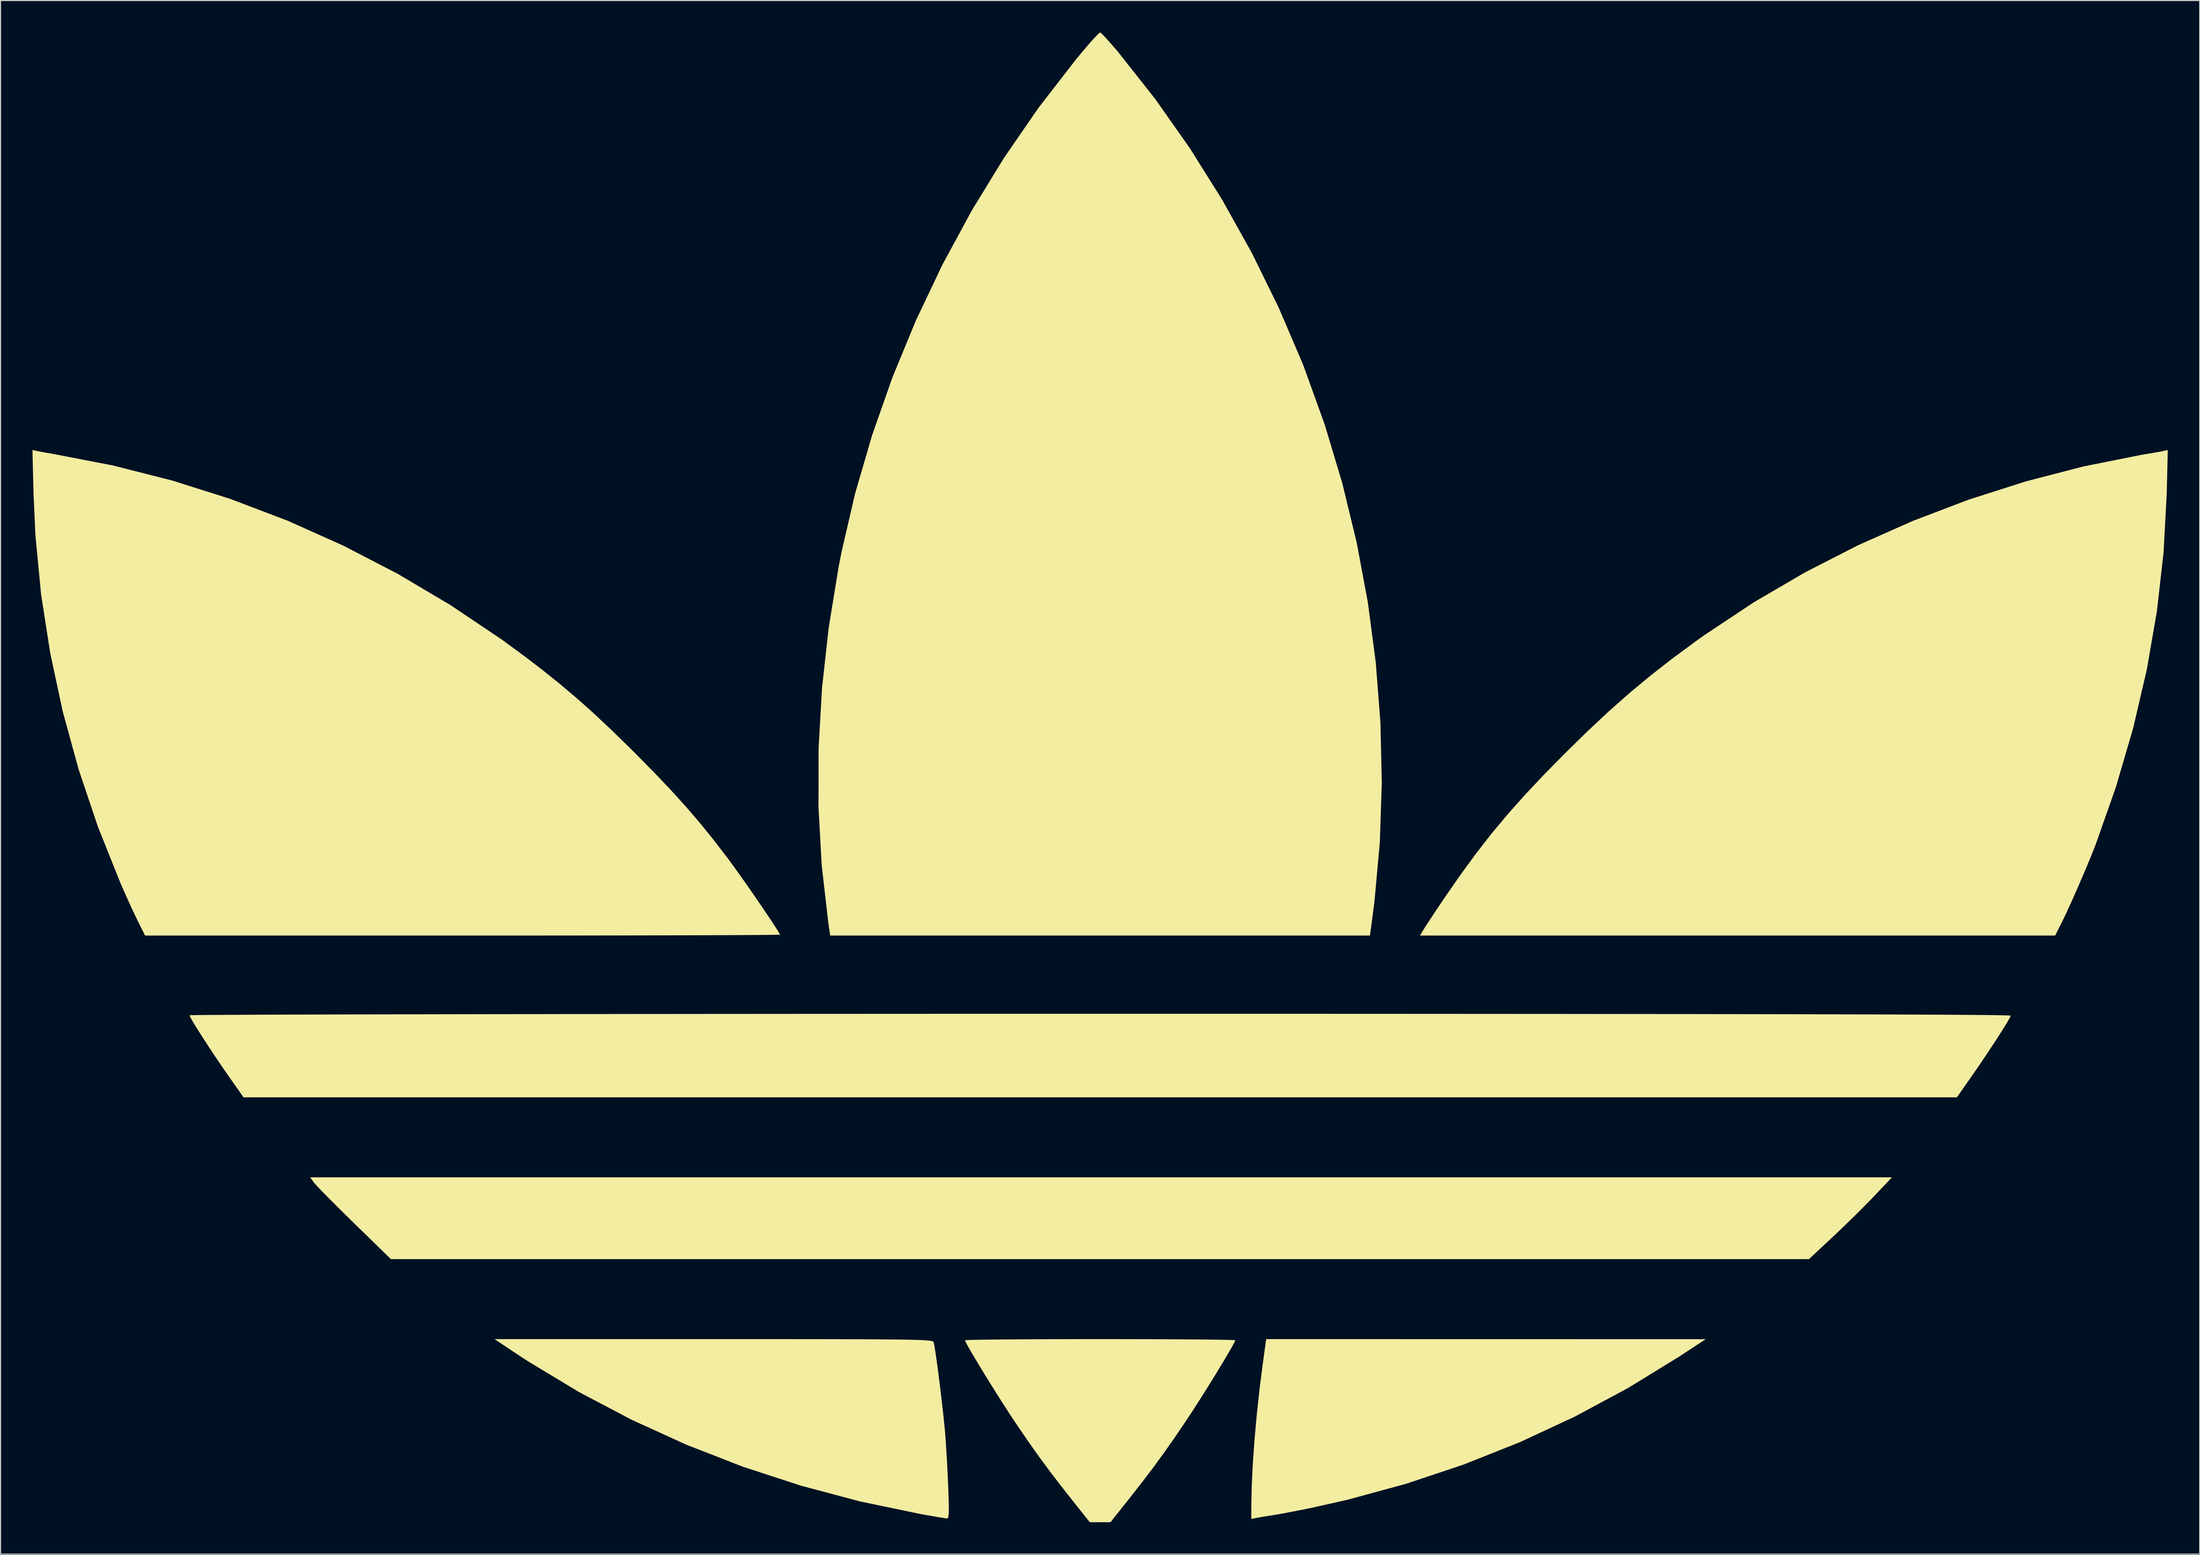
<source format=kicad_pcb>
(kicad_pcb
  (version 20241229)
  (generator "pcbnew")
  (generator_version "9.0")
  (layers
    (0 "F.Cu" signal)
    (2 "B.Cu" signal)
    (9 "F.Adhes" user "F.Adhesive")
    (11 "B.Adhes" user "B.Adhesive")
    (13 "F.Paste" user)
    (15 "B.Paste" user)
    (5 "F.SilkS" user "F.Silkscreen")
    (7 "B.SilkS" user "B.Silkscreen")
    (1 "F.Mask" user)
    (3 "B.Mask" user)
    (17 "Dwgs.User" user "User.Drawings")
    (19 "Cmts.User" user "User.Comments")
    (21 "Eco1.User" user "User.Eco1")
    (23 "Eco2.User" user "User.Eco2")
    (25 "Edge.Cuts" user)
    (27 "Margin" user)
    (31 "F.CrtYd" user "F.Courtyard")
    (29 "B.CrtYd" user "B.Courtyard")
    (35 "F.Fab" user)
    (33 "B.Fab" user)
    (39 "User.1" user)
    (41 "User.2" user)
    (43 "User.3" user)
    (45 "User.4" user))
  (footprint "Adidas"
    (layer "F.Cu")
    (at 100.314 70.017)
    (property "Reference" "Adidas" (at 0 0 0) (layer "F.SilkS") (effects (font (size 1.524 1.524) (thickness 0.3))))
    (attr board_only exclude_from_pos_files exclude_from_bom)
    (fp_poly (pts (xy 72.778 39.312) (xy 72.086 40.027) (xy 71.232 40.884) (xy 70.301 41.798) (xy 69.379 42.685) (xy 68.881 43.155) (xy 66.602 45.286) (xy -66.635 45.286) (xy -70.082 41.925) (xy -70.986 41.039) (xy -71.825 40.207) (xy -72.566 39.462) (xy -73.175 38.841) (xy -73.616 38.376) (xy -73.857 38.104) (xy -73.873 38.082) (xy -74.217 37.599) (xy 74.396 37.599)) (stroke (width 0) (type solid)) (fill yes) (layer "F.SilkS"))
    (fp_poly (pts (xy 36.251 52.809) (xy 56.899 52.812) (xy 54.393 54.456) (xy 49.589 57.409) (xy 44.602 60.088) (xy 39.45 62.487) (xy 34.154 64.596) (xy 28.733 66.408) (xy 23.207 67.914) (xy 19.879 68.661) (xy 18.902 68.859) (xy 17.93 69.048) (xy 17.064 69.21) (xy 16.401 69.325) (xy 16.286 69.343) (xy 15.625 69.448) (xy 15.035 69.547) (xy 14.663 69.616) (xy 14.204 69.709) (xy 14.206 68.485) (xy 14.244 66.651) (xy 14.344 64.568) (xy 14.503 62.313) (xy 14.713 59.964) (xy 14.968 57.598) (xy 15.242 55.437) (xy 15.602 52.805)) (stroke (width 0) (type solid)) (fill yes) (layer "F.SilkS"))
    (fp_poly (pts (xy 0.156 -69.895) (xy 0.483 -69.56) (xy 0.937 -69.057) (xy 1.477 -68.432) (xy 1.725 -68.137) (xy 5.177 -63.76) (xy 8.429 -59.137) (xy 11.461 -54.303) (xy 14.251 -49.297) (xy 16.777 -44.155) (xy 19.017 -38.913) (xy 19.172 -38.518) (xy 21.113 -33.125) (xy 22.759 -27.632) (xy 24.108 -22.061) (xy 25.156 -16.438) (xy 25.9 -10.786) (xy 26.338 -5.13) (xy 26.466 0.506) (xy 26.281 6.098) (xy 25.781 11.621) (xy 25.628 12.825) (xy 25.354 14.872) (xy -25.362 14.872) (xy -25.55 13.577) (xy -26.161 8.241) (xy -26.461 2.796) (xy -26.452 -2.743) (xy -26.132 -8.364) (xy -25.504 -14.053) (xy -24.566 -19.797) (xy -24.299 -21.161) (xy -23.019 -26.688) (xy -21.417 -32.182) (xy -19.506 -37.615) (xy -17.301 -42.962) (xy -14.813 -48.195) (xy -12.055 -53.287) (xy -9.041 -58.211) (xy -5.783 -62.941) (xy -2.295 -67.449) (xy -1.725 -68.137) (xy -1.16 -68.801) (xy -0.664 -69.362) (xy -0.278 -69.775) (xy -0.044 -69.994) (xy 0 -70.017)) (stroke (width 0) (type solid)) (fill yes) (layer "F.SilkS"))
    (fp_poly (pts (xy 100.216 -26.704) (xy 99.92 -21.163) (xy 99.294 -15.629) (xy 98.337 -10.101) (xy 97.048 -4.574) (xy 95.426 0.956) (xy 93.526 6.35) (xy 93.176 7.236) (xy 92.736 8.303) (xy 92.24 9.471) (xy 91.725 10.657) (xy 91.225 11.781) (xy 90.776 12.761) (xy 90.414 13.516) (xy 90.398 13.547) (xy 89.732 14.872) (xy 30.052 14.872) (xy 30.428 14.246) (xy 30.649 13.895) (xy 31.018 13.331) (xy 31.492 12.616) (xy 32.031 11.812) (xy 32.39 11.28) (xy 33.886 9.122) (xy 35.331 7.147) (xy 36.778 5.29) (xy 38.281 3.487) (xy 39.892 1.675) (xy 41.666 -0.211) (xy 43.605 -2.183) (xy 45.758 -4.296) (xy 47.787 -6.197) (xy 49.762 -7.944) (xy 51.753 -9.596) (xy 53.829 -11.214) (xy 56.059 -12.856) (xy 56.816 -13.395) (xy 61.419 -16.453) (xy 66.232 -19.266) (xy 71.225 -21.821) (xy 76.37 -24.107) (xy 81.637 -26.112) (xy 86.996 -27.824) (xy 92.419 -29.23) (xy 97.876 -30.319) (xy 98.425 -30.41) (xy 99.057 -30.517) (xy 99.607 -30.616) (xy 99.912 -30.677) (xy 100.312 -30.766)) (stroke (width 0) (type solid)) (fill yes) (layer "F.SilkS"))
    (fp_poly (pts (xy -33.26 52.805) (xy -30.523 52.806) (xy -28.085 52.808) (xy -25.93 52.81) (xy -24.039 52.814) (xy -22.395 52.819) (xy -20.982 52.826) (xy -19.781 52.836) (xy -18.775 52.847) (xy -17.948 52.861) (xy -17.28 52.877) (xy -16.756 52.897) (xy -16.357 52.92) (xy -16.067 52.946) (xy -15.868 52.976) (xy -15.742 53.01) (xy -15.673 53.049) (xy -15.643 53.091) (xy -15.64 53.098) (xy -15.572 53.422) (xy -15.476 54.021) (xy -15.358 54.838) (xy -15.226 55.816) (xy -15.088 56.896) (xy -14.95 58.023) (xy -14.82 59.138) (xy -14.704 60.185) (xy -14.611 61.105) (xy -14.554 61.745) (xy -14.485 62.706) (xy -14.413 63.876) (xy -14.344 65.131) (xy -14.287 66.348) (xy -14.268 66.8) (xy -14.23 67.864) (xy -14.213 68.637) (xy -14.22 69.161) (xy -14.251 69.479) (xy -14.31 69.633) (xy -14.388 69.667) (xy -14.632 69.633) (xy -15.136 69.55) (xy -15.834 69.43) (xy -16.657 69.285) (xy -16.878 69.245) (xy -22.548 68.064) (xy -28.114 66.58) (xy -33.557 64.802) (xy -38.862 62.736) (xy -44.011 60.389) (xy -48.988 57.766) (xy -53.775 54.876) (xy -55.059 54.034) (xy -56.897 52.805) (xy -36.314 52.805)) (stroke (width 0) (type solid)) (fill yes) (layer "F.SilkS"))
    (fp_poly (pts (xy 2.027 52.807) (xy 3.955 52.811) (xy 5.757 52.817) (xy 7.407 52.825) (xy 8.881 52.836) (xy 10.152 52.848) (xy 11.195 52.862) (xy 11.984 52.876) (xy 12.493 52.892) (xy 12.697 52.909) (xy 12.7 52.912) (xy 12.614 53.118) (xy 12.373 53.562) (xy 12.004 54.202) (xy 11.532 54.995) (xy 10.985 55.898) (xy 10.387 56.868) (xy 9.765 57.863) (xy 9.146 58.839) (xy 8.555 59.755) (xy 8.018 60.567) (xy 8.012 60.576) (xy 6.973 62.105) (xy 6.006 63.483) (xy 5.045 64.802) (xy 4.019 66.156) (xy 2.862 67.639) (xy 2.467 68.137) (xy 0.972 70.017) (xy -0.972 70.017) (xy -2.467 68.137) (xy -3.679 66.597) (xy -4.738 65.213) (xy -5.712 63.893) (xy -6.669 62.543) (xy -7.679 61.07) (xy -8.012 60.576) (xy -8.548 59.765) (xy -9.138 58.851) (xy -9.758 57.874) (xy -10.379 56.88) (xy -10.978 55.909) (xy -11.526 55.005) (xy -11.999 54.211) (xy -12.37 53.569) (xy -12.612 53.122) (xy -12.7 52.912) (xy -12.7 52.912) (xy -12.537 52.895) (xy -12.066 52.878) (xy -11.312 52.863) (xy -10.3 52.85) (xy -9.057 52.837) (xy -7.608 52.827) (xy -5.979 52.818) (xy -4.195 52.811) (xy -2.283 52.807) (xy -0.267 52.805) (xy 0 52.805)) (stroke (width 0) (type solid)) (fill yes) (layer "F.SilkS"))
    (fp_poly (pts (xy -99.912 -30.677) (xy -99.538 -30.603) (xy -98.967 -30.502) (xy -98.425 -30.41) (xy -92.77 -29.317) (xy -87.201 -27.903) (xy -81.728 -26.173) (xy -76.364 -24.132) (xy -71.119 -21.784) (xy -66.005 -19.134) (xy -61.033 -16.187) (xy -56.214 -12.948) (xy -54.339 -11.576) (xy -52.526 -10.193) (xy -50.855 -8.858) (xy -49.26 -7.514) (xy -47.676 -6.104) (xy -46.036 -4.569) (xy -44.276 -2.853) (xy -43.605 -2.185) (xy -41.848 -0.402) (xy -40.298 1.232) (xy -38.899 2.776) (xy -37.598 4.294) (xy -36.342 5.845) (xy -35.077 7.492) (xy -34.876 7.761) (xy -34.4 8.41) (xy -33.844 9.187) (xy -33.237 10.048) (xy -32.611 10.949) (xy -31.993 11.847) (xy -31.414 12.699) (xy -30.904 13.46) (xy -30.492 14.088) (xy -30.209 14.539) (xy -30.083 14.769) (xy -30.079 14.785) (xy -30.243 14.794) (xy -30.725 14.803) (xy -31.508 14.812) (xy -32.574 14.82) (xy -33.908 14.828) (xy -35.492 14.835) (xy -37.31 14.842) (xy -39.345 14.848) (xy -41.58 14.854) (xy -43.999 14.859) (xy -46.584 14.863) (xy -49.319 14.867) (xy -52.188 14.869) (xy -55.173 14.871) (xy -58.258 14.872) (xy -59.905 14.872) (xy -89.732 14.872) (xy -90.382 13.577) (xy -90.692 12.938) (xy -91.086 12.091) (xy -91.52 11.134) (xy -91.948 10.167) (xy -92.052 9.926) (xy -94.166 4.639) (xy -95.973 -0.738) (xy -97.468 -6.185) (xy -98.646 -11.681) (xy -99.504 -17.206) (xy -100.036 -22.74) (xy -100.212 -26.621) (xy -100.314 -30.766)) (stroke (width 0) (type solid)) (fill yes) (layer "F.SilkS"))
    (fp_poly (pts (xy 7.118 22.225) (xy 13.904 22.226) (xy 20.362 22.227) (xy 26.496 22.229) (xy 32.307 22.232) (xy 37.798 22.235) (xy 42.974 22.238) (xy 47.837 22.243) (xy 52.39 22.247) (xy 56.635 22.253) (xy 60.577 22.259) (xy 64.217 22.265) (xy 67.56 22.272) (xy 70.607 22.28) (xy 73.363 22.288) (xy 75.83 22.297) (xy 78.011 22.307) (xy 79.909 22.317) (xy 81.527 22.328) (xy 82.868 22.34) (xy 83.935 22.352) (xy 84.732 22.365) (xy 85.26 22.378) (xy 85.524 22.393) (xy 85.558 22.4) (xy 85.467 22.609) (xy 85.214 23.05) (xy 84.824 23.683) (xy 84.325 24.465) (xy 83.745 25.354) (xy 83.11 26.308) (xy 82.446 27.287) (xy 81.783 28.247) (xy 81.757 28.283) (xy 80.5 30.079) (xy -80.483 30.079) (xy -81.918 28.032) (xy -82.538 27.136) (xy -83.168 26.205) (xy -83.779 25.283) (xy -84.343 24.415) (xy -84.831 23.645) (xy -85.216 23.017) (xy -85.467 22.575) (xy -85.558 22.365) (xy -85.558 22.365) (xy -85.392 22.356) (xy -84.903 22.347) (xy -84.098 22.339) (xy -82.99 22.331) (xy -81.586 22.323) (xy -79.898 22.315) (xy -77.935 22.307) (xy -75.707 22.3) (xy -73.224 22.293) (xy -70.495 22.286) (xy -67.531 22.279) (xy -64.342 22.273) (xy -60.937 22.267) (xy -57.327 22.261) (xy -53.521 22.256) (xy -49.529 22.251) (xy -45.36 22.246) (xy -41.026 22.242) (xy -36.536 22.238) (xy -31.899 22.235) (xy -27.125 22.232) (xy -22.225 22.23) (xy -17.209 22.228) (xy -12.085 22.226) (xy -6.865 22.225) (xy -1.558 22.225) (xy 0 22.225)) (stroke (width 0) (type solid)) (fill yes) (layer "F.SilkS")))
  (gr_rect
    (start -3 -3)
    (end 203.626 143.034)
    (stroke (width 0.1) (type default))
    (fill no)
    (layer "Edge.Cuts")))
</source>
